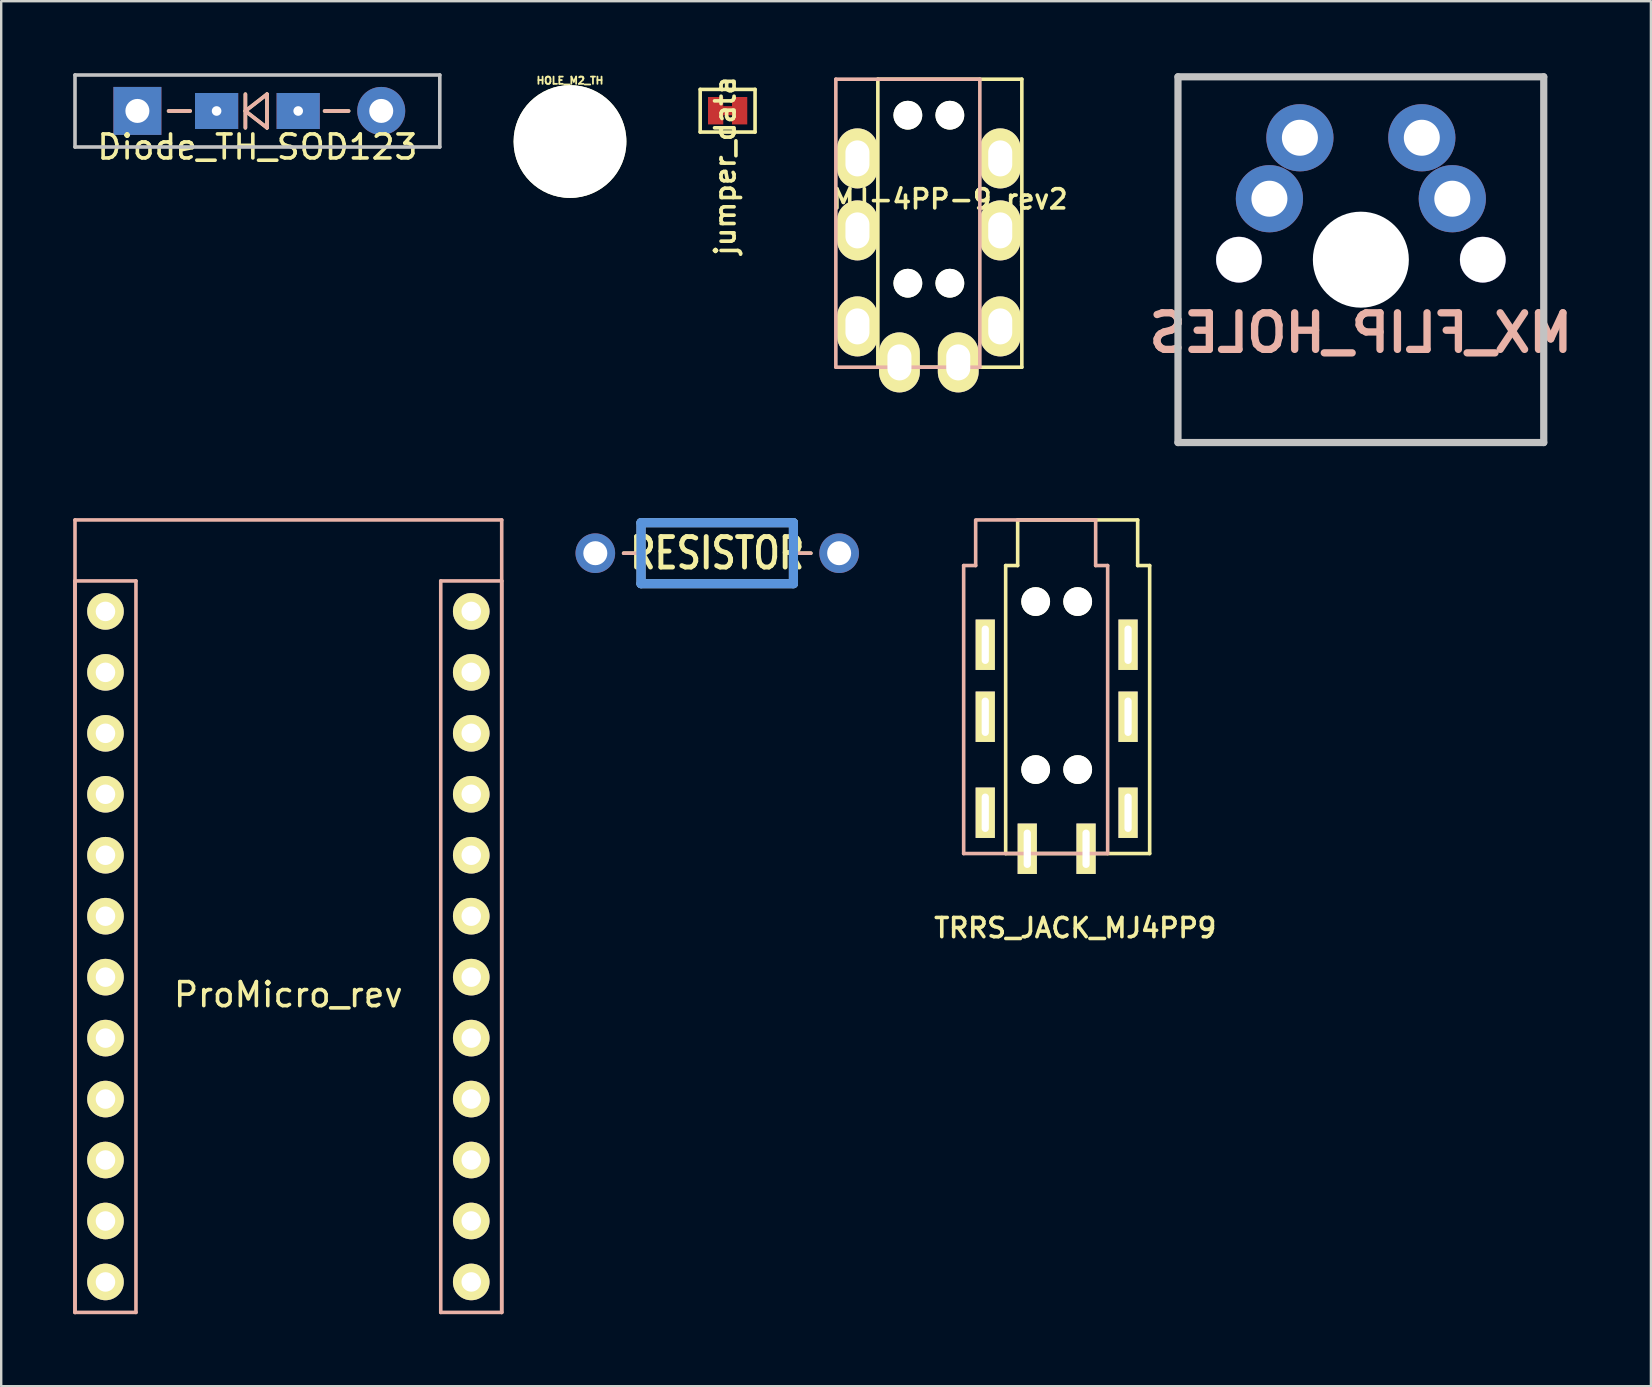
<source format=kicad_pcb>
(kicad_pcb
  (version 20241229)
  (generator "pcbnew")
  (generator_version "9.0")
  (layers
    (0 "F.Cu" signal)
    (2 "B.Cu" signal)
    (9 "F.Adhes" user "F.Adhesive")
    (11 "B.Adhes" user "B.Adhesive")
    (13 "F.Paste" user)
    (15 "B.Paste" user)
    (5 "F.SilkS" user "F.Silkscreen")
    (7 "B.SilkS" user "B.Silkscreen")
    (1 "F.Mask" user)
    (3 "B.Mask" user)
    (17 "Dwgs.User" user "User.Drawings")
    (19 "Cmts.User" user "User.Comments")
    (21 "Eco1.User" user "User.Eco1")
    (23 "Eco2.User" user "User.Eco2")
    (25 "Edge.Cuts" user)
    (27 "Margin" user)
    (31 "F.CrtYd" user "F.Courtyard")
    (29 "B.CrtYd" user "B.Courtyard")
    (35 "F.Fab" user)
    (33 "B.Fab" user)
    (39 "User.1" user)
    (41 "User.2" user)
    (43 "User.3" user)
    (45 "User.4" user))
  (footprint "ProMicro_rev"
    (layer "F.Cu")
    (at 8.965 36.395)
    (property "Reference" "ProMicro_rev" (at 0 2 0) (layer "F.SilkS") (effects (font (size 1 1) (thickness 0.15))))
    (attr through_hole)
    (fp_line (start -8.89 -17.78) (end 8.89 -17.78) (stroke (width 0.15) (type solid)) (layer "B.SilkS"))
    (fp_line (start -8.89 -15.24) (end -6.35 -15.24) (stroke (width 0.15) (type solid)) (layer "B.SilkS"))
    (fp_line (start -8.89 15.24) (end -8.89 -17.78) (stroke (width 0.15) (type solid)) (layer "B.SilkS"))
    (fp_line (start -8.89 15.24) (end -8.89 -15.24) (stroke (width 0.15) (type solid)) (layer "B.SilkS"))
    (fp_line (start -6.35 -15.24) (end -6.35 15.24) (stroke (width 0.15) (type solid)) (layer "B.SilkS"))
    (fp_line (start -6.35 15.24) (end -8.89 15.24) (stroke (width 0.15) (type solid)) (layer "B.SilkS"))
    (fp_line (start 6.35 -15.24) (end 8.89 -15.24) (stroke (width 0.15) (type solid)) (layer "B.SilkS"))
    (fp_line (start 6.35 15.24) (end 6.35 -15.24) (stroke (width 0.15) (type solid)) (layer "B.SilkS"))
    (fp_line (start 8.89 -17.78) (end 8.89 15.24) (stroke (width 0.15) (type solid)) (layer "B.SilkS"))
    (fp_line (start 8.89 -15.24) (end 8.89 15.24) (stroke (width 0.15) (type solid)) (layer "B.SilkS"))
    (fp_line (start 8.89 15.24) (end 6.35 15.24) (stroke (width 0.15) (type solid)) (layer "B.SilkS"))
    (pad "1" thru_hole circle (at -7.62 -13.97) (size 1.524 1.524) (drill 0.813) (layers "*.Cu" "*.Mask" "F.SilkS"))
    (pad "2" thru_hole circle (at -7.62 -11.43) (size 1.524 1.524) (drill 0.813) (layers "*.Cu" "*.Mask" "F.SilkS"))
    (pad "3" thru_hole circle (at -7.62 -8.89) (size 1.524 1.524) (drill 0.813) (layers "*.Cu" "*.Mask" "F.SilkS"))
    (pad "4" thru_hole circle (at -7.62 -6.35) (size 1.524 1.524) (drill 0.813) (layers "*.Cu" "*.Mask" "F.SilkS"))
    (pad "5" thru_hole circle (at -7.62 -3.81) (size 1.524 1.524) (drill 0.813) (layers "*.Cu" "*.Mask" "F.SilkS"))
    (pad "6" thru_hole circle (at -7.62 -1.27) (size 1.524 1.524) (drill 0.813) (layers "*.Cu" "*.Mask" "F.SilkS"))
    (pad "7" thru_hole circle (at -7.62 1.27) (size 1.524 1.524) (drill 0.813) (layers "*.Cu" "*.Mask" "F.SilkS"))
    (pad "8" thru_hole circle (at -7.62 3.81) (size 1.524 1.524) (drill 0.813) (layers "*.Cu" "*.Mask" "F.SilkS"))
    (pad "9" thru_hole circle (at -7.62 6.35) (size 1.524 1.524) (drill 0.813) (layers "*.Cu" "*.Mask" "F.SilkS"))
    (pad "10" thru_hole circle (at -7.62 8.89) (size 1.524 1.524) (drill 0.813) (layers "*.Cu" "*.Mask" "F.SilkS"))
    (pad "11" thru_hole circle (at -7.62 11.43) (size 1.524 1.524) (drill 0.813) (layers "*.Cu" "*.Mask" "F.SilkS"))
    (pad "12" thru_hole circle (at -7.62 13.97) (size 1.524 1.524) (drill 0.813) (layers "*.Cu" "*.Mask" "F.SilkS"))
    (pad "13" thru_hole circle (at 7.62 13.97) (size 1.524 1.524) (drill 0.813) (layers "*.Cu" "*.Mask" "F.SilkS"))
    (pad "14" thru_hole circle (at 7.62 11.43) (size 1.524 1.524) (drill 0.813) (layers "*.Cu" "*.Mask" "F.SilkS"))
    (pad "15" thru_hole circle (at 7.62 8.89) (size 1.524 1.524) (drill 0.813) (layers "*.Cu" "*.Mask" "F.SilkS"))
    (pad "16" thru_hole circle (at 7.62 6.35) (size 1.524 1.524) (drill 0.813) (layers "*.Cu" "*.Mask" "F.SilkS"))
    (pad "17" thru_hole circle (at 7.62 3.81) (size 1.524 1.524) (drill 0.813) (layers "*.Cu" "*.Mask" "F.SilkS"))
    (pad "18" thru_hole circle (at 7.62 1.27) (size 1.524 1.524) (drill 0.813) (layers "*.Cu" "*.Mask" "F.SilkS"))
    (pad "19" thru_hole circle (at 7.62 -1.27) (size 1.524 1.524) (drill 0.813) (layers "*.Cu" "*.Mask" "F.SilkS"))
    (pad "20" thru_hole circle (at 7.62 -3.81) (size 1.524 1.524) (drill 0.813) (layers "*.Cu" "*.Mask" "F.SilkS"))
    (pad "21" thru_hole circle (at 7.62 -6.35) (size 1.524 1.524) (drill 0.813) (layers "*.Cu" "*.Mask" "F.SilkS"))
    (pad "22" thru_hole circle (at 7.62 -8.89) (size 1.524 1.524) (drill 0.813) (layers "*.Cu" "*.Mask" "F.SilkS"))
    (pad "23" thru_hole circle (at 7.62 -11.43) (size 1.524 1.524) (drill 0.813) (layers "*.Cu" "*.Mask" "F.SilkS"))
    (pad "24" thru_hole circle (at 7.62 -13.97) (size 1.524 1.524) (drill 0.813) (layers "*.Cu" "*.Mask" "F.SilkS")))
  (footprint "MJ-4PP-9_rev2"
    (layer "F.Cu")
    (at 36.527 0.25)
    (property "Reference" "MJ-4PP-9_rev2" (at 0 5 0) (layer "F.SilkS") (effects (font (size 0.8 0.8) (thickness 0.15))))
    (attr through_hole)
    (fp_line (start -3 0) (end 3 0) (stroke (width 0.15) (type solid)) (layer "F.SilkS"))
    (fp_line (start -3 12) (end -3 0) (stroke (width 0.15) (type solid)) (layer "F.SilkS"))
    (fp_line (start 3 0) (end 3 12) (stroke (width 0.15) (type solid)) (layer "F.SilkS"))
    (fp_line (start 3 12) (end -3 12) (stroke (width 0.15) (type solid)) (layer "F.SilkS"))
    (fp_line (start -4.75 0) (end 1.25 0) (stroke (width 0.15) (type solid)) (layer "B.SilkS"))
    (fp_line (start -4.75 12) (end -4.75 0) (stroke (width 0.15) (type solid)) (layer "B.SilkS"))
    (fp_line (start 1.25 0) (end 1.25 12) (stroke (width 0.15) (type solid)) (layer "B.SilkS"))
    (fp_line (start 1.25 12) (end -4.75 12) (stroke (width 0.15) (type solid)) (layer "B.SilkS"))
    (pad "" np_thru_hole circle (at -1.75 1.5) (size 1.2 1.2) (drill 1.2) (layers "*.Cu" "*.Mask" "F.SilkS"))
    (pad "" np_thru_hole circle (at -1.75 8.5) (size 1.2 1.2) (drill 1.2) (layers "*.Cu" "*.Mask" "F.SilkS"))
    (pad "" np_thru_hole circle (at 0 1.5) (size 1.2 1.2) (drill 1.2) (layers "*.Cu" "*.Mask" "F.SilkS"))
    (pad "" np_thru_hole circle (at 0 8.5) (size 1.2 1.2) (drill 1.2) (layers "*.Cu" "*.Mask" "F.SilkS"))
    (pad "A" thru_hole oval (at -2.1 11.8) (size 1.7 2.5) (drill oval 1 1.5) (layers "*.Cu" "*.Mask" "F.SilkS"))
    (pad "A" thru_hole oval (at 0.35 11.8) (size 1.7 2.5) (drill oval 1 1.5) (layers "*.Cu" "*.Mask" "F.SilkS"))
    (pad "B" thru_hole oval (at -3.85 3.3) (size 1.7 2.5) (drill oval 1 1.5) (layers "*.Cu" "*.Mask" "F.SilkS"))
    (pad "B" thru_hole oval (at 2.1 3.3) (size 1.7 2.5) (drill oval 1 1.5) (layers "*.Cu" "*.Mask" "F.SilkS"))
    (pad "C" thru_hole oval (at -3.85 6.3) (size 1.7 2.5) (drill oval 1 1.5) (layers "*.Cu" "*.Mask" "F.SilkS"))
    (pad "C" thru_hole oval (at 2.1 6.3) (size 1.7 2.5) (drill oval 1 1.5) (layers "*.Cu" "*.Mask" "F.SilkS"))
    (pad "D" thru_hole oval (at -3.85 10.3) (size 1.7 2.5) (drill oval 1 1.5) (layers "*.Cu" "*.Mask" "F.SilkS"))
    (pad "D" thru_hole oval (at 2.1 10.3) (size 1.7 2.5) (drill oval 1 1.5) (layers "*.Cu" "*.Mask" "F.SilkS")))
  (footprint "MX_FLIP_HOLES"
    (layer "F.Cu")
    (at 53.653 7.77)
    (property "Reference" "MX_FLIP_HOLES" (at 0 3.048 0) (layer "B.SilkS") (effects (font (size 1.524 1.524) (thickness 0.305)) (justify mirror)))
    (attr through_hole)
    (fp_line (start -7.62 -7.62) (end 7.62 -7.62) (stroke (width 0.3) (type solid)) (layer "Dwgs.User"))
    (fp_line (start -7.62 7.62) (end -7.62 -7.62) (stroke (width 0.3) (type solid)) (layer "Dwgs.User"))
    (fp_line (start 7.62 -7.62) (end 7.62 7.62) (stroke (width 0.3) (type solid)) (layer "Dwgs.User"))
    (fp_line (start 7.62 7.62) (end -7.62 7.62) (stroke (width 0.3) (type solid)) (layer "Dwgs.User"))
    (pad "" np_thru_hole circle (at -5.08 0) (size 1.91 1.91) (drill 1.9) (layers "*.Cu" "*.Mask"))
    (pad "" np_thru_hole circle (at 0 0) (size 4 4) (drill 4) (layers "*.Cu" "*.Mask"))
    (pad "" np_thru_hole circle (at 5.08 0) (size 1.91 1.91) (drill 1.9) (layers "*.Cu" "*.Mask"))
    (pad "1" thru_hole circle (at -3.81 -2.54) (size 2.8 2.8) (drill 1.5) (layers "*.Cu" "*.Mask"))
    (pad "1" thru_hole circle (at -2.54 -5.08) (size 2.8 2.8) (drill 1.5) (layers "*.Cu" "*.Mask"))
    (pad "2" thru_hole circle (at 2.54 -5.08) (size 2.8 2.8) (drill 1.5) (layers "*.Cu" "*.Mask"))
    (pad "2" thru_hole circle (at 3.81 -2.54) (size 2.8 2.8) (drill 1.5) (layers "*.Cu" "*.Mask")))
  (footprint "jumper_data"
    (layer "F.Cu")
    (at 27.268 1.563)
    (property "Reference" "jumper_data" (at -0.1 2.3 270) (layer "F.SilkS") (effects (font (size 0.813 0.813) (thickness 0.152))))
    (attr smd)
    (fp_line (start -1.143 -0.889) (end 1.143 -0.889) (stroke (width 0.15) (type solid)) (layer "F.SilkS"))
    (fp_line (start -1.143 0.889) (end -1.143 -0.889) (stroke (width 0.15) (type solid)) (layer "F.SilkS"))
    (fp_line (start 1.143 -0.889) (end 1.143 0.889) (stroke (width 0.15) (type solid)) (layer "F.SilkS"))
    (fp_line (start 1.143 0.889) (end -1.143 0.889) (stroke (width 0.15) (type solid)) (layer "F.SilkS"))
    (pad "" smd rect (at 0 0 90) (size 0.381 0.381) (layers "F.Cu" "F.Mask" "F.Paste"))
    (pad "1" smd rect (at -0.5 0) (size 0.635 1.143) (layers "F.Cu" "F.Mask" "F.Paste"))
    (pad "2" smd rect (at 0.5 0) (size 0.635 1.143) (layers "F.Cu" "F.Mask" "F.Paste")))
  (footprint "TRRS_JACK_MJ4PP9"
    (layer "F.Cu")
    (at 41.853 20.515)
    (property "Reference" "TRRS_JACK_MJ4PP9" (at -0.1 15.1 0) (layer "F.SilkS") (effects (font (size 0.8 0.8) (thickness 0.15))))
    (attr through_hole)
    (fp_line (start -3 0) (end -2.5 0) (stroke (width 0.15) (type solid)) (layer "F.SilkS"))
    (fp_line (start -3 12) (end -3 0) (stroke (width 0.15) (type solid)) (layer "F.SilkS"))
    (fp_line (start -2.5 -1.9) (end 2.5 -1.9) (stroke (width 0.15) (type solid)) (layer "F.SilkS"))
    (fp_line (start -2.5 0) (end -2.5 -1.9) (stroke (width 0.15) (type solid)) (layer "F.SilkS"))
    (fp_line (start 2.5 0) (end 2.5 -1.9) (stroke (width 0.15) (type solid)) (layer "F.SilkS"))
    (fp_line (start 3 0) (end 2.5 0) (stroke (width 0.15) (type solid)) (layer "F.SilkS"))
    (fp_line (start 3 0) (end 3 12) (stroke (width 0.15) (type solid)) (layer "F.SilkS"))
    (fp_line (start 3 12) (end -3 12) (stroke (width 0.15) (type solid)) (layer "F.SilkS"))
    (fp_line (start -4.75 0) (end -4.25 0) (stroke (width 0.15) (type solid)) (layer "B.SilkS"))
    (fp_line (start -4.75 12) (end -4.75 0) (stroke (width 0.15) (type solid)) (layer "B.SilkS"))
    (fp_line (start -4.25 0) (end -4.25 -1.9) (stroke (width 0.15) (type solid)) (layer "B.SilkS"))
    (fp_line (start -4.2 -1.9) (end 0.75 -1.9) (stroke (width 0.15) (type solid)) (layer "B.SilkS"))
    (fp_line (start 0.75 0) (end 0.75 -1.9) (stroke (width 0.15) (type solid)) (layer "B.SilkS"))
    (fp_line (start 1.25 0) (end 0.75 0) (stroke (width 0.15) (type solid)) (layer "B.SilkS"))
    (fp_line (start 1.25 0) (end 1.25 12) (stroke (width 0.15) (type solid)) (layer "B.SilkS"))
    (fp_line (start 1.25 12) (end -4.75 12) (stroke (width 0.15) (type solid)) (layer "B.SilkS"))
    (pad "" np_thru_hole circle (at -1.75 1.5) (size 1.2 1.2) (drill 1.2) (layers "*.Cu" "*.Mask" "F.SilkS"))
    (pad "" np_thru_hole circle (at -1.75 8.5) (size 1.2 1.2) (drill 1.2) (layers "*.Cu" "*.Mask" "F.SilkS"))
    (pad "" np_thru_hole circle (at 0 1.5) (size 1.2 1.2) (drill 1.2) (layers "*.Cu" "*.Mask" "F.SilkS"))
    (pad "" np_thru_hole circle (at 0 8.5) (size 1.2 1.2) (drill 1.2) (layers "*.Cu" "*.Mask" "F.SilkS"))
    (pad "A" thru_hole rect (at -2.1 11.8) (size 0.8 2.1) (drill oval 0.3 1.6) (layers "*.Cu" "*.Mask" "F.SilkS"))
    (pad "A" thru_hole rect (at 0.35 11.8) (size 0.8 2.1) (drill oval 0.3 1.6) (layers "*.Cu" "*.Mask" "F.SilkS"))
    (pad "B" thru_hole rect (at -3.85 3.3) (size 0.8 2.1) (drill oval 0.3 1.6) (layers "*.Cu" "*.Mask" "F.SilkS"))
    (pad "B" thru_hole rect (at 2.1 3.3) (size 0.8 2.1) (drill oval 0.3 1.6) (layers "*.Cu" "*.Mask" "F.SilkS"))
    (pad "C" thru_hole rect (at -3.85 6.3) (size 0.8 2.1) (drill oval 0.3 1.6) (layers "*.Cu" "*.Mask" "F.SilkS"))
    (pad "C" thru_hole rect (at 2.1 6.3) (size 0.8 2.1) (drill oval 0.3 1.6) (layers "*.Cu" "*.Mask" "F.SilkS"))
    (pad "D" thru_hole rect (at -3.85 10.3) (size 0.8 2.1) (drill oval 0.3 1.6) (layers "*.Cu" "*.Mask" "F.SilkS"))
    (pad "D" thru_hole rect (at 2.1 10.3) (size 0.8 2.1) (drill oval 0.3 1.6) (layers "*.Cu" "*.Mask" "F.SilkS")))
  (footprint "RESISTOR"
    (layer "F.Cu")
    (at 26.835 20)
    (property "Reference" "RESISTOR" (at 0 0 0) (layer "F.SilkS") (effects (font (size 1.27 1.016) (thickness 0.203))))
    (attr through_hole)
    (fp_line (start -3.2 -1.3) (end 3.2 -1.3) (stroke (width 0.15) (type solid)) (layer "F.SilkS"))
    (fp_line (start -3.2 0) (end -3.9 0) (stroke (width 0.15) (type solid)) (layer "F.SilkS"))
    (fp_line (start -3.2 1.3) (end -3.2 -1.3) (stroke (width 0.15) (type solid)) (layer "F.SilkS"))
    (fp_line (start 3.2 -1.3) (end 3.2 1.3) (stroke (width 0.15) (type solid)) (layer "F.SilkS"))
    (fp_line (start 3.2 0) (end 3.9 0) (stroke (width 0.15) (type solid)) (layer "F.SilkS"))
    (fp_line (start 3.2 1.3) (end -3.2 1.3) (stroke (width 0.15) (type solid)) (layer "F.SilkS"))
    (fp_line (start -3.9 0) (end -3.2 0) (stroke (width 0.15) (type solid)) (layer "B.SilkS"))
    (fp_line (start -3.2 -1.3) (end 3.2 -1.3) (stroke (width 0.15) (type solid)) (layer "B.SilkS"))
    (fp_line (start -3.2 1.3) (end -3.2 -1.3) (stroke (width 0.15) (type solid)) (layer "B.SilkS"))
    (fp_line (start 3.2 -1.3) (end 3.2 1.3) (stroke (width 0.15) (type solid)) (layer "B.SilkS"))
    (fp_line (start 3.2 0) (end 3.9 0) (stroke (width 0.15) (type solid)) (layer "B.SilkS"))
    (fp_line (start 3.2 1.3) (end -3.2 1.3) (stroke (width 0.15) (type solid)) (layer "B.SilkS"))
    (fp_line (start -3.175 -1.27) (end 3.175 -1.27) (stroke (width 0.381) (type solid)) (layer "Dwgs.User"))
    (fp_line (start -3.175 1.27) (end -3.175 -1.27) (stroke (width 0.381) (type solid)) (layer "Dwgs.User"))
    (fp_line (start 0 0) (end 0 0) (stroke (width 0.025) (type solid)) (layer "Dwgs.User"))
    (fp_line (start 3.175 -1.27) (end 3.175 1.27) (stroke (width 0.381) (type solid)) (layer "Dwgs.User"))
    (fp_line (start 3.175 1.27) (end -3.175 1.27) (stroke (width 0.381) (type solid)) (layer "Dwgs.User"))
    (fp_line (start -3.175 -1.27) (end 3.175 -1.27) (stroke (width 0.381) (type solid)) (layer "Cmts.User"))
    (fp_line (start -3.175 1.27) (end -3.175 -1.27) (stroke (width 0.381) (type solid)) (layer "Cmts.User"))
    (fp_line (start 3.175 -1.27) (end 3.175 1.27) (stroke (width 0.381) (type solid)) (layer "Cmts.User"))
    (fp_line (start 3.175 1.27) (end -3.175 1.27) (stroke (width 0.381) (type solid)) (layer "Cmts.User"))
    (pad "1" thru_hole circle (at -5.08 0) (size 1.651 1.651) (drill 1) (layers "*.Cu" "*.Mask"))
    (pad "2" thru_hole circle (at 5.08 0) (size 1.651 1.651) (drill 1) (layers "*.Cu" "*.Mask")))
  (footprint "Diode_TH_SOD123"
    (placed yes)
    (layer "F.Cu")
    (at 7.675 1.575)
    (property "Reference" "Diode_TH_SOD123" (at 0 1.5 0) (layer "F.SilkS") (effects (font (size 1 1) (thickness 0.15))))
    (attr through_hole)
    (fp_line (start -3.7 0) (end -2.8 0) (stroke (width 0.15) (type solid)) (layer "F.SilkS"))
    (fp_line (start -0.5 -0.7) (end -0.5 0.7) (stroke (width 0.15) (type solid)) (layer "F.SilkS"))
    (fp_line (start -0.5 0) (end 0.4 -0.7) (stroke (width 0.15) (type solid)) (layer "F.SilkS"))
    (fp_line (start 0.4 -0.7) (end 0.4 0.7) (stroke (width 0.15) (type solid)) (layer "F.SilkS"))
    (fp_line (start 0.4 0.7) (end -0.5 0) (stroke (width 0.15) (type solid)) (layer "F.SilkS"))
    (fp_line (start 2.8 0) (end 3.8 0) (stroke (width 0.15) (type solid)) (layer "F.SilkS"))
    (fp_line (start -2.8 0) (end -3.7 0) (stroke (width 0.15) (type solid)) (layer "B.SilkS"))
    (fp_line (start -0.5 -0.7) (end -0.5 0.7) (stroke (width 0.15) (type solid)) (layer "B.SilkS"))
    (fp_line (start -0.5 0) (end 0.4 -0.7) (stroke (width 0.15) (type solid)) (layer "B.SilkS"))
    (fp_line (start 0.4 -0.7) (end 0.4 0.7) (stroke (width 0.15) (type solid)) (layer "B.SilkS"))
    (fp_line (start 0.4 0.7) (end -0.5 0) (stroke (width 0.15) (type solid)) (layer "B.SilkS"))
    (fp_line (start 2.8 0) (end 3.8 0) (stroke (width 0.15) (type solid)) (layer "B.SilkS"))
    (fp_line (start -7.6 -1.5) (end -7.6 1.5) (stroke (width 0.15) (type solid)) (layer "Dwgs.User"))
    (fp_line (start -7.6 -1.5) (end 7.6 -1.5) (stroke (width 0.15) (type solid)) (layer "Dwgs.User"))
    (fp_line (start -7.6 1.5) (end 7.6 1.5) (stroke (width 0.15) (type solid)) (layer "Dwgs.User"))
    (fp_line (start 7.6 -1.5) (end 7.6 1.5) (stroke (width 0.15) (type solid)) (layer "Dwgs.User"))
    (pad "1" thru_hole rect (at -5 -0.003 180) (size 1.999 1.999) (drill 1) (layers "*.Cu" "*.Mask"))
    (pad "1" thru_hole rect (at -1.7 0) (size 1.8 1.5) (drill 0.4) (layers "*.Cu" "*.Mask"))
    (pad "2" thru_hole rect (at 1.7 0) (size 1.8 1.5) (drill 0.4) (layers "*.Cu" "*.Mask"))
    (pad "2" thru_hole circle (at 5.16 -0.003 180) (size 1.999 1.999) (drill 1) (layers "*.Cu" "*.Mask")))
  (footprint "HOLE_M2_TH"
    (layer "F.Cu")
    (at 20.7 2.847)
    (property "Reference" "HOLE_M2_TH" (at 0 -2.54 0) (layer "F.SilkS") (effects (font (size 0.3 0.3) (thickness 0.076))))
    (attr through_hole)
    (pad "" np_thru_hole circle (at 0 0 90) (size 4.7 4.7) (drill 4.7) (layers "*.Cu" "*.Mask" "F.SilkS")))
  (gr_rect
    (start -3 -3)
    (end 65.739 54.71)
    (stroke (width 0.1) (type default))
    (fill no)
    (layer "Edge.Cuts")))
</source>
